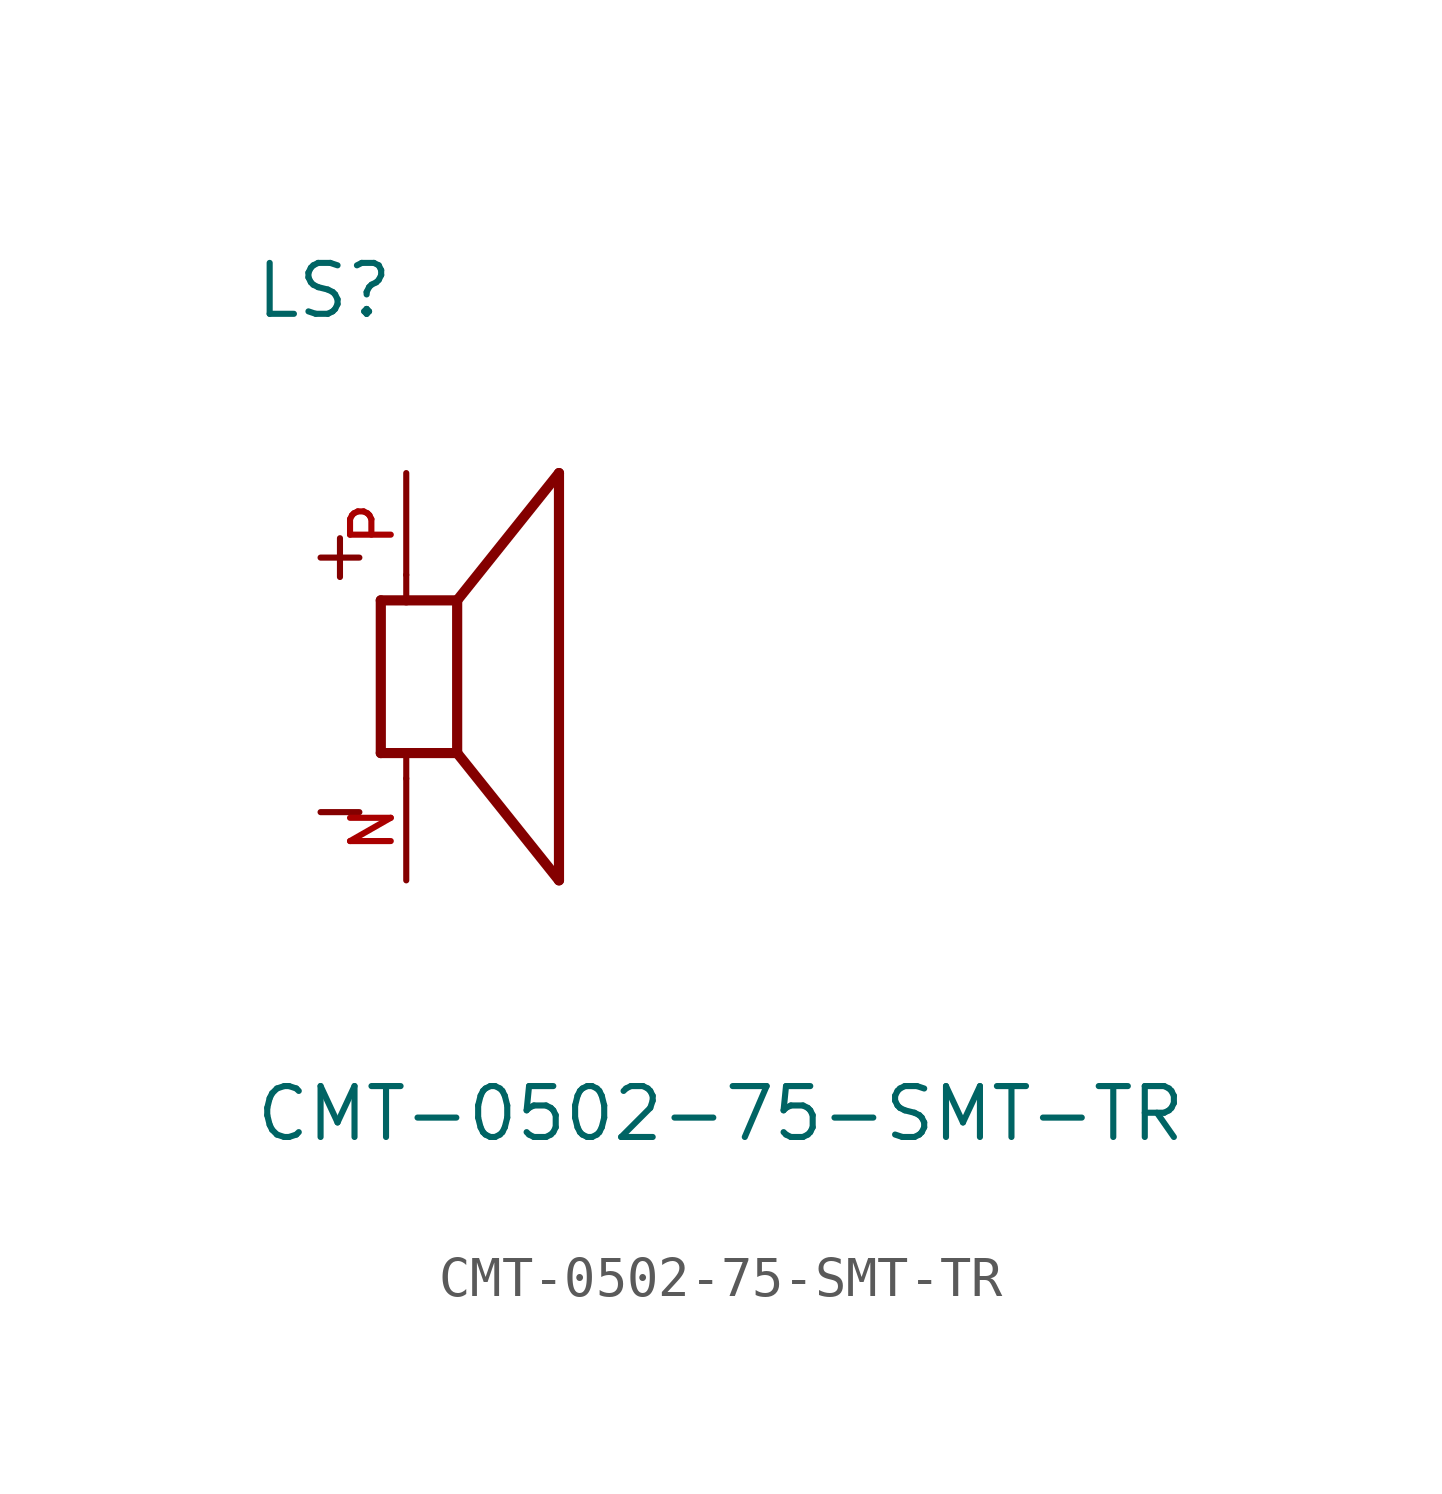
<source format=kicad_sym>
(kicad_symbol_lib
  (version 20211014)
  (generator kicad_symbol_editor)
  (symbol "CMT-0502-75-SMT-TR"
    (pin_names
      (offset 1.016))
    (property "Reference" "LS"
      (at -3.81 8.89 0)
      (effects (font (size 1.27 1.27)) (justify bottom left)))
    (property "Value" "CMT-0502-75-SMT-TR"
      (at -3.81 -10.16 0)
      (effects (font (size 1.27 1.27)) (justify top left)))
    (symbol "CMT-0502-75-SMT-TR_0_0"
      (polyline (pts (xy -0.635 1.905) (xy -0.635 -1.905)) (stroke (width 0.254)))
      (polyline (pts (xy -0.635 -1.905) (xy 0.0 -1.905)) (stroke (width 0.254)))
      (polyline (pts (xy 1.27 -1.905) (xy 1.27 1.905)) (stroke (width 0.254)))
      (polyline (pts (xy -0.635 1.905) (xy 0.0 1.905)) (stroke (width 0.254)))
      (polyline (pts (xy 1.27 -1.905) (xy 3.81 -5.08)) (stroke (width 0.254)))
      (polyline (pts (xy 3.81 -5.08) (xy 3.81 5.08)) (stroke (width 0.254)))
      (polyline (pts (xy 1.27 1.905) (xy 3.81 5.08)) (stroke (width 0.254)))
      (polyline (pts (xy 0.0 -2.54) (xy 0.0 -1.905)) (stroke (width 0.152)))
      (polyline (pts (xy 0.0 -1.905) (xy 1.27 -1.905)) (stroke (width 0.254)))
      (polyline (pts (xy 0.0 2.54) (xy 0.0 1.905)) (stroke (width 0.152)))
      (polyline (pts (xy 0.0 1.905) (xy 1.27 1.905)) (stroke (width 0.254)))
      (text "+" (at -2.54 3.81 0) (effects (font (size 1.27 1.27)) (justify top left)))
      (text "-" (at -2.54 -2.54 0) (effects (font (size 1.27 1.27)) (justify top left)))
      (pin passive line (at 0.0 -5.08 90.0) (length 2.54) (name "~" (effects (font (size 1.016 1.016)))) (number "N" (effects (font (size 1.016 1.016)))))
      (pin passive line (at 0.0 5.08 270.0) (length 2.54) (name "~" (effects (font (size 1.016 1.016)))) (number "P" (effects (font (size 1.016 1.016))))))))
</source>
